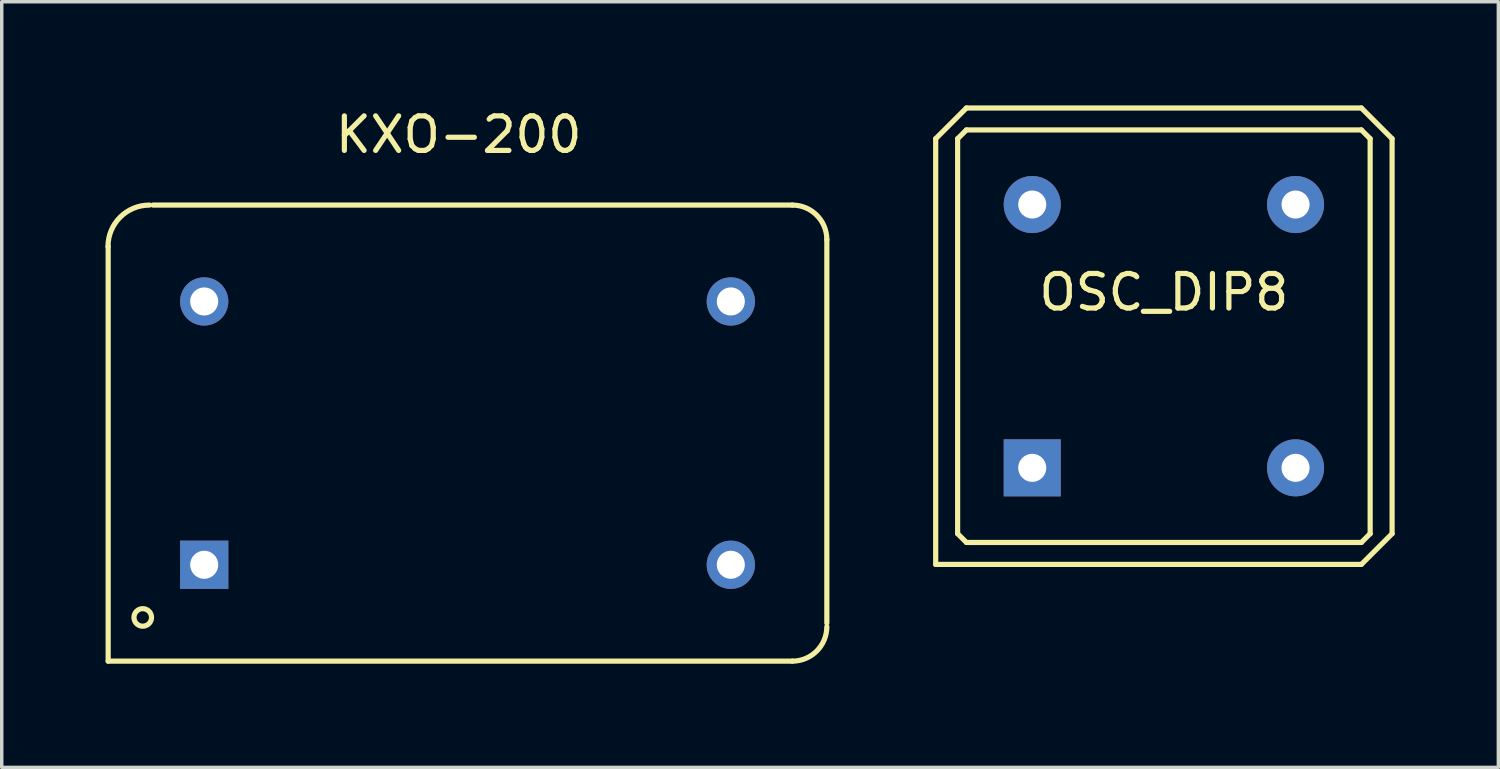
<source format=kicad_pcb>
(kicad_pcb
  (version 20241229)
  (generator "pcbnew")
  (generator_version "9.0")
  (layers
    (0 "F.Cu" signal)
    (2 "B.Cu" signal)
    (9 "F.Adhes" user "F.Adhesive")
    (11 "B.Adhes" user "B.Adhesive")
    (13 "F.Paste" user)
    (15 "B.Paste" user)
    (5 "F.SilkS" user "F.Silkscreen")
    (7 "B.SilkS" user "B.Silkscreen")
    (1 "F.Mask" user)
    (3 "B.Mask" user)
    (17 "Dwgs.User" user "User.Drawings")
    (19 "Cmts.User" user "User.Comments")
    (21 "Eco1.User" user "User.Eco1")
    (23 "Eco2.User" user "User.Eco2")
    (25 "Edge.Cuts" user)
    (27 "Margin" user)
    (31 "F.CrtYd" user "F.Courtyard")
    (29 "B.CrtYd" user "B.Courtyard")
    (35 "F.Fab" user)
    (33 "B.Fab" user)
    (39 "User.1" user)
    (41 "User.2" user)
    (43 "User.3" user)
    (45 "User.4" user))
  (footprint "OSC_DIP8"
    (layer "F.Cu")
    (at 30.632 6.679)
    (property "Reference" "OSC_DIP8" (at 0 -1.27 0) (layer "F.SilkS") (effects (font (size 1 1) (thickness 0.15))))
    (attr through_hole)
    (fp_line (start -6.604 -5.715) (end -6.604 6.604) (stroke (width 0.15) (type solid)) (layer "F.SilkS"))
    (fp_line (start -6.604 6.604) (end 5.715 6.604) (stroke (width 0.15) (type solid)) (layer "F.SilkS"))
    (fp_line (start -5.969 -5.715) (end -5.969 5.715) (stroke (width 0.15) (type solid)) (layer "F.SilkS"))
    (fp_line (start -5.969 5.715) (end -5.715 5.969) (stroke (width 0.15) (type solid)) (layer "F.SilkS"))
    (fp_line (start -5.715 -6.604) (end -6.604 -5.715) (stroke (width 0.15) (type solid)) (layer "F.SilkS"))
    (fp_line (start -5.715 -5.969) (end -5.969 -5.715) (stroke (width 0.15) (type solid)) (layer "F.SilkS"))
    (fp_line (start -5.715 5.969) (end 5.715 5.969) (stroke (width 0.15) (type solid)) (layer "F.SilkS"))
    (fp_line (start 5.715 -6.604) (end -5.715 -6.604) (stroke (width 0.15) (type solid)) (layer "F.SilkS"))
    (fp_line (start 5.715 -5.969) (end -5.715 -5.969) (stroke (width 0.15) (type solid)) (layer "F.SilkS"))
    (fp_line (start 5.715 5.969) (end 5.969 5.715) (stroke (width 0.15) (type solid)) (layer "F.SilkS"))
    (fp_line (start 5.715 6.604) (end 6.604 5.715) (stroke (width 0.15) (type solid)) (layer "F.SilkS"))
    (fp_line (start 5.969 -5.715) (end 5.715 -5.969) (stroke (width 0.15) (type solid)) (layer "F.SilkS"))
    (fp_line (start 5.969 5.715) (end 5.969 -5.715) (stroke (width 0.15) (type solid)) (layer "F.SilkS"))
    (fp_line (start 6.604 -5.715) (end 5.715 -6.604) (stroke (width 0.15) (type solid)) (layer "F.SilkS"))
    (fp_line (start 6.604 5.715) (end 6.604 -5.715) (stroke (width 0.15) (type solid)) (layer "F.SilkS"))
    (pad "1" thru_hole rect (at -3.81 3.81) (size 1.651 1.651) (drill 0.813) (layers "*.Cu" "*.Mask"))
    (pad "4" thru_hole circle (at 3.81 3.81) (size 1.651 1.651) (drill 0.813) (layers "*.Cu" "*.Mask"))
    (pad "5" thru_hole circle (at 3.81 -3.81) (size 1.651 1.651) (drill 0.813) (layers "*.Cu" "*.Mask"))
    (pad "8" thru_hole circle (at -3.81 -3.81) (size 1.651 1.651) (drill 0.813) (layers "*.Cu" "*.Mask")))
  (footprint "KXO-200"
    (layer "F.Cu")
    (at 10.479 9.484)
    (property "Reference" "KXO-200" (at -0.254 -8.636 0) (layer "F.SilkS") (effects (font (size 1 1) (thickness 0.15))))
    (attr through_hole)
    (fp_line (start -10.399 -5.4) (end -10.399 6.599) (stroke (width 0.15) (type solid)) (layer "F.SilkS"))
    (fp_line (start -9.101 -6.599) (end 9.401 -6.599) (stroke (width 0.15) (type solid)) (layer "F.SilkS"))
    (fp_line (start 9.401 6.599) (end -10.399 6.599) (stroke (width 0.15) (type solid)) (layer "F.SilkS"))
    (fp_line (start 10.399 -5.601) (end 10.399 5.499) (stroke (width 0.15) (type solid)) (layer "F.SilkS"))
    (fp_arc (start -10.40384 -5.40004) (mid -10.052696 -6.247776) (end -9.20496 -6.59892) (stroke (width 0.15) (type solid)) (layer "F.SilkS"))
    (fp_arc (start 9.40054 -6.59892) (mid 10.106388 -6.306548) (end 10.39876 -5.6007) (stroke (width 0.15) (type solid)) (layer "F.SilkS"))
    (fp_arc (start 10.39876 5.6007) (mid 10.106388 6.306548) (end 9.40054 6.59892) (stroke (width 0.15) (type solid)) (layer "F.SilkS"))
    (fp_circle (center -9.398 5.334) (end -9.398 5.588) (stroke (width 0.15) (type solid)) (fill no) (layer "F.SilkS"))
    (pad "1" thru_hole rect (at -7.62 3.81) (size 1.397 1.397) (drill 0.813) (layers "*.Cu" "*.Mask"))
    (pad "7" thru_hole circle (at 7.62 3.81) (size 1.397 1.397) (drill 0.813) (layers "*.Cu" "*.Mask"))
    (pad "8" thru_hole circle (at 7.62 -3.81) (size 1.397 1.397) (drill 0.813) (layers "*.Cu" "*.Mask"))
    (pad "14" thru_hole circle (at -7.62 -3.81) (size 1.397 1.397) (drill 0.813) (layers "*.Cu" "*.Mask")))
  (gr_rect
    (start -3 -3)
    (end 40.311 19.158)
    (stroke (width 0.1) (type default))
    (fill no)
    (layer "Edge.Cuts")))
</source>
